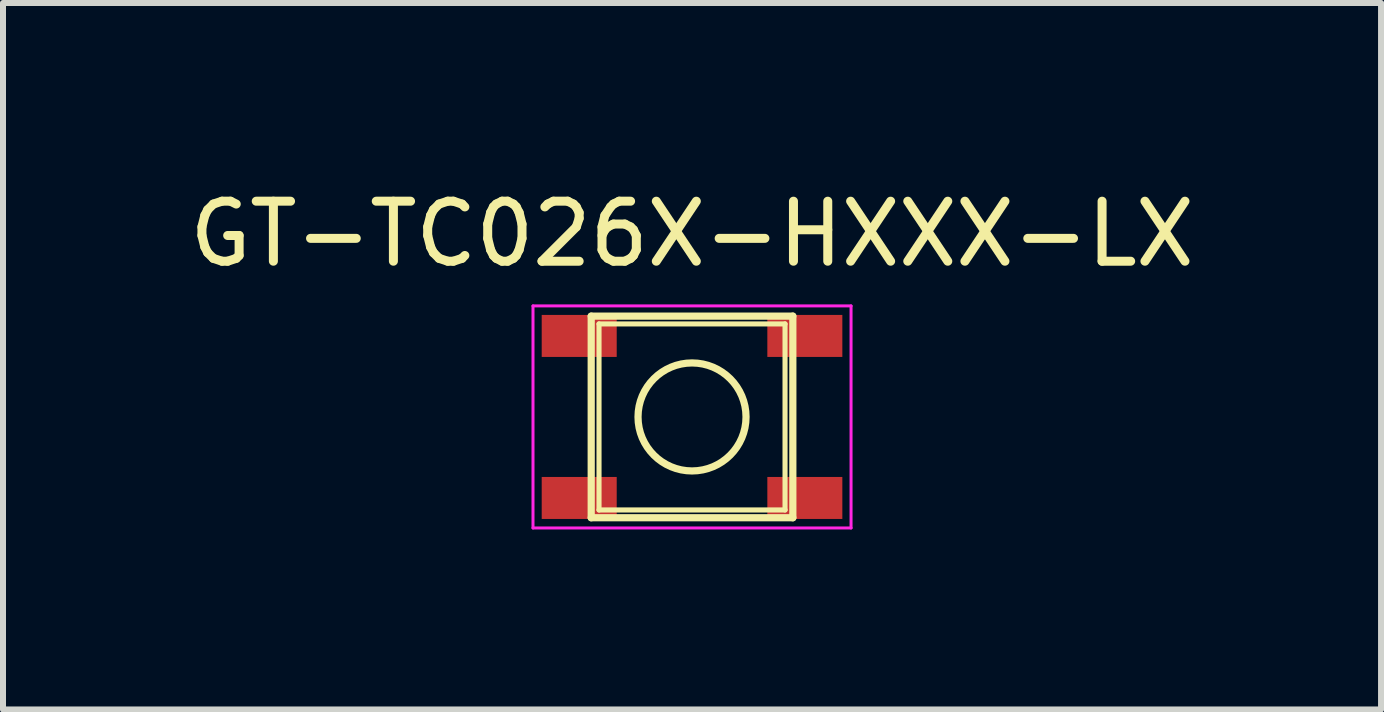
<source format=kicad_pcb>
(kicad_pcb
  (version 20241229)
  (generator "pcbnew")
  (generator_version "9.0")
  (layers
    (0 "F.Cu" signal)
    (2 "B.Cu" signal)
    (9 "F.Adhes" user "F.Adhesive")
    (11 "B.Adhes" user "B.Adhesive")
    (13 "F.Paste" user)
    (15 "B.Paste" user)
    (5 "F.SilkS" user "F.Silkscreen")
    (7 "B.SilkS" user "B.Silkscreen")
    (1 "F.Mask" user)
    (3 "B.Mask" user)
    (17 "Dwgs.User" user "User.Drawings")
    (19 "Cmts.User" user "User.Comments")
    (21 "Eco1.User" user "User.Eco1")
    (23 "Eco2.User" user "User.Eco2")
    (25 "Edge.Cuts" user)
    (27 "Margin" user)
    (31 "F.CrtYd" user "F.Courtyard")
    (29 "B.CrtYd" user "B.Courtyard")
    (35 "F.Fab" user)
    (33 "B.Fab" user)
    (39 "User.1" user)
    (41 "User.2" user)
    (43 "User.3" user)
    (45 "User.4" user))
  (footprint "GT-TC026X-HXXX-LX"
    (layer "F.Cu")
    (at 8.482 3.898)
    (property "Reference" "GT-TC026X-HXXX-LX" (at 0 -3.05 0) (layer "F.SilkS") (effects (font (size 1 1) (thickness 0.15))))
    (attr through_hole)
    (fp_line (start -1.68 -1.68) (end -1.68 1.68) (stroke (width 0.12) (type solid)) (layer "F.SilkS"))
    (fp_line (start -1.68 -1.68) (end 1.68 -1.68) (stroke (width 0.12) (type solid)) (layer "F.SilkS"))
    (fp_line (start -1.68 1.68) (end 1.68 1.68) (stroke (width 0.12) (type solid)) (layer "F.SilkS"))
    (fp_line (start -1.55 -1.55) (end -1.55 1.55) (stroke (width 0.085) (type solid)) (layer "F.SilkS"))
    (fp_line (start -1.55 -1.55) (end 1.55 -1.55) (stroke (width 0.085) (type solid)) (layer "F.SilkS"))
    (fp_line (start -1.55 1.55) (end 1.55 1.55) (stroke (width 0.085) (type solid)) (layer "F.SilkS"))
    (fp_line (start 1.55 -1.55) (end 1.55 1.55) (stroke (width 0.085) (type solid)) (layer "F.SilkS"))
    (fp_line (start 1.68 -1.68) (end 1.68 1.68) (stroke (width 0.12) (type solid)) (layer "F.SilkS"))
    (fp_circle (center 0 0) (end 0.9 0) (stroke (width 0.12) (type solid)) (fill no) (layer "F.SilkS"))
    (fp_line (start -2.65 -1.85) (end -2.65 1.85) (stroke (width 0.05) (type solid)) (layer "F.CrtYd"))
    (fp_line (start -2.65 -1.85) (end 2.65 -1.85) (stroke (width 0.05) (type solid)) (layer "F.CrtYd"))
    (fp_line (start -2.65 1.85) (end 2.65 1.85) (stroke (width 0.05) (type solid)) (layer "F.CrtYd"))
    (fp_line (start 2.65 -1.85) (end 2.65 1.85) (stroke (width 0.05) (type solid)) (layer "F.CrtYd"))
    (pad "1" smd rect (at -1.88 -1.35) (size 1.25 0.7) (layers "F.Cu" "F.Mask" "F.Paste"))
    (pad "2" smd rect (at 1.88 -1.35) (size 1.25 0.7) (layers "F.Cu" "F.Mask" "F.Paste"))
    (pad "3" smd rect (at -1.88 1.35) (size 1.25 0.7) (layers "F.Cu" "F.Mask" "F.Paste"))
    (pad "4" smd rect (at 1.88 1.35) (size 1.25 0.7) (layers "F.Cu" "F.Mask" "F.Paste")))
  (gr_rect
    (start -3 -3)
    (end 19.964 8.773)
    (stroke (width 0.1) (type default))
    (fill no)
    (layer "Edge.Cuts")))
</source>
